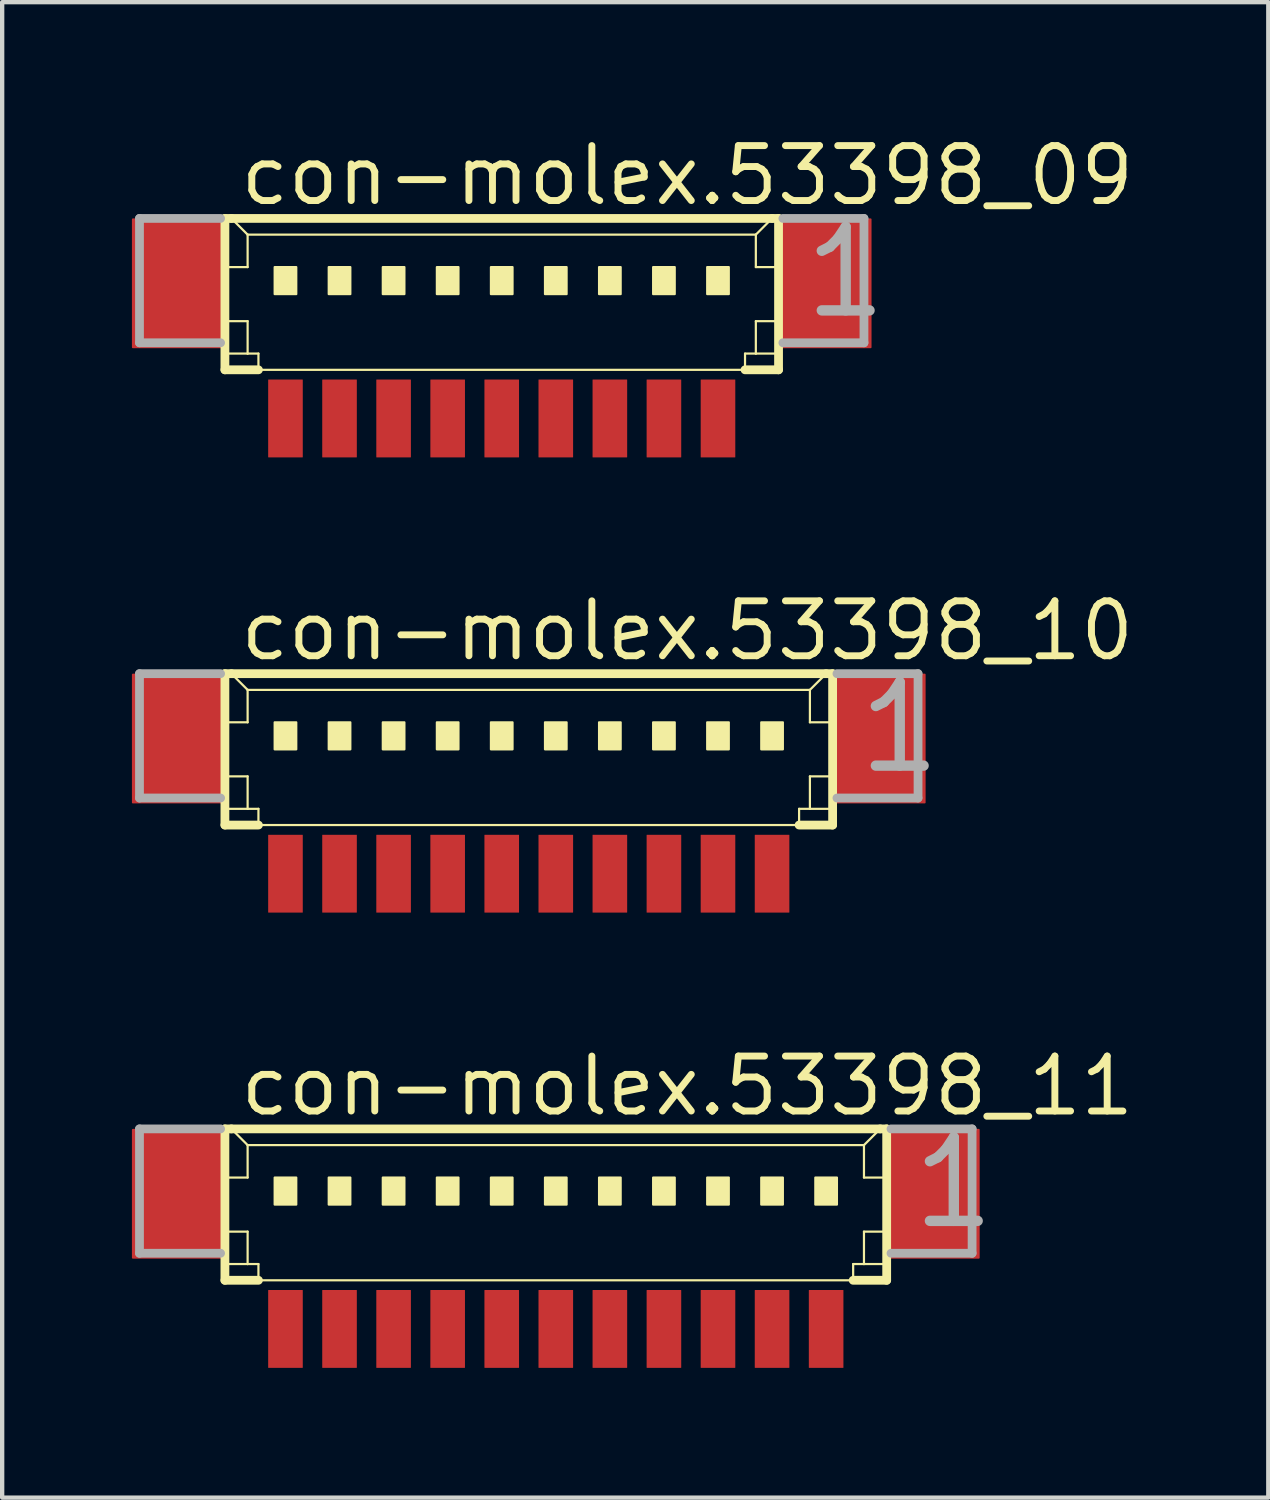
<source format=kicad_pcb>
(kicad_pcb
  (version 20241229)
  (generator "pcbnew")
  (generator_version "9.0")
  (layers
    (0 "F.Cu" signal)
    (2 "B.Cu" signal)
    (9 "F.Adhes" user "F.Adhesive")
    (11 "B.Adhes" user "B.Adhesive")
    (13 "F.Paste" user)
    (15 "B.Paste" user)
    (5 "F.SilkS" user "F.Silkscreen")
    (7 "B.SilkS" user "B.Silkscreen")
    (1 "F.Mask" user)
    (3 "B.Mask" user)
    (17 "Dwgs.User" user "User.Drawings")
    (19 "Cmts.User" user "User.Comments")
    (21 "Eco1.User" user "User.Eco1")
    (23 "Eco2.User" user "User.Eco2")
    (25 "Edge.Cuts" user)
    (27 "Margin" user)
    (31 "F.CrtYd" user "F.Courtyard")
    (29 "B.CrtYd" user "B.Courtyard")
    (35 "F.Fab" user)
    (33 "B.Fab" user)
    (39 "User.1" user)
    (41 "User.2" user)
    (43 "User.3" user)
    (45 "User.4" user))
  (footprint "con-molex.53398_09"
    (layer "F.Cu")
    (at 8.55 4.125)
    (property "Reference" "con-molex.53398_09" (at -6.125 -2.375 0) (layer "F.SilkS") (effects (font (size 1.27 1.27) (thickness 0.16)) (justify left bottom)))
    (attr smd)
    (fp_line (start -6.4 -2.125) (end -6.4 1.375) (stroke (width 0.203) (type default)) (layer "F.SilkS"))
    (fp_line (start -6.4 1.375) (end -5.625 1.375) (stroke (width 0.203) (type default)) (layer "F.SilkS"))
    (fp_line (start -6.375 -1) (end -5.875 -1) (stroke (width 0.051) (type default)) (layer "F.SilkS"))
    (fp_line (start -6.375 0.25) (end -5.875 0.25) (stroke (width 0.051) (type default)) (layer "F.SilkS"))
    (fp_line (start -6.375 1) (end -5.875 1) (stroke (width 0.051) (type default)) (layer "F.SilkS"))
    (fp_line (start -6.25 -2.125) (end -6.4 -2.125) (stroke (width 0.203) (type default)) (layer "F.SilkS"))
    (fp_line (start -5.875 -1.75) (end -6.25 -2.125) (stroke (width 0.051) (type default)) (layer "F.SilkS"))
    (fp_line (start -5.875 -1.75) (end 5.875 -1.75) (stroke (width 0.051) (type default)) (layer "F.SilkS"))
    (fp_line (start -5.875 -1) (end -5.875 -1.75) (stroke (width 0.051) (type default)) (layer "F.SilkS"))
    (fp_line (start -5.875 0.25) (end -5.875 1) (stroke (width 0.051) (type default)) (layer "F.SilkS"))
    (fp_line (start -5.875 1) (end -5.625 1) (stroke (width 0.051) (type default)) (layer "F.SilkS"))
    (fp_line (start -5.625 1) (end -5.625 1.375) (stroke (width 0.051) (type default)) (layer "F.SilkS"))
    (fp_line (start -5.625 1.375) (end 5.625 1.375) (stroke (width 0.051) (type default)) (layer "F.SilkS"))
    (fp_line (start 5.625 1) (end 5.625 1.375) (stroke (width 0.051) (type default)) (layer "F.SilkS"))
    (fp_line (start 5.625 1) (end 5.875 1) (stroke (width 0.051) (type default)) (layer "F.SilkS"))
    (fp_line (start 5.625 1.375) (end 6.4 1.375) (stroke (width 0.203) (type default)) (layer "F.SilkS"))
    (fp_line (start 5.875 -1.75) (end 5.875 -1) (stroke (width 0.051) (type default)) (layer "F.SilkS"))
    (fp_line (start 5.875 -1.75) (end 6.25 -2.125) (stroke (width 0.051) (type default)) (layer "F.SilkS"))
    (fp_line (start 5.875 -1) (end 6.375 -1) (stroke (width 0.051) (type default)) (layer "F.SilkS"))
    (fp_line (start 5.875 0.25) (end 5.875 1) (stroke (width 0.051) (type default)) (layer "F.SilkS"))
    (fp_line (start 5.875 0.25) (end 6.375 0.25) (stroke (width 0.051) (type default)) (layer "F.SilkS"))
    (fp_line (start 5.875 1) (end 6.375 1) (stroke (width 0.051) (type default)) (layer "F.SilkS"))
    (fp_line (start 6.25 -2.125) (end -6.25 -2.125) (stroke (width 0.203) (type default)) (layer "F.SilkS"))
    (fp_line (start 6.4 -2.125) (end 6.25 -2.125) (stroke (width 0.203) (type default)) (layer "F.SilkS"))
    (fp_line (start 6.4 1.375) (end 6.4 -2.125) (stroke (width 0.203) (type default)) (layer "F.SilkS"))
    (fp_rect (start -5.25 -0.375) (end -4.75 -1) (stroke (width 0.05) (type default)) (fill yes) (layer "F.SilkS"))
    (fp_rect (start -4 -0.375) (end -3.5 -1) (stroke (width 0.05) (type default)) (fill yes) (layer "F.SilkS"))
    (fp_rect (start -2.75 -0.375) (end -2.25 -1) (stroke (width 0.05) (type default)) (fill yes) (layer "F.SilkS"))
    (fp_rect (start -1.5 -0.375) (end -1 -1) (stroke (width 0.05) (type default)) (fill yes) (layer "F.SilkS"))
    (fp_rect (start -0.25 -0.375) (end 0.25 -1) (stroke (width 0.05) (type default)) (fill yes) (layer "F.SilkS"))
    (fp_rect (start 1 -0.375) (end 1.5 -1) (stroke (width 0.05) (type default)) (fill yes) (layer "F.SilkS"))
    (fp_rect (start 2.25 -0.375) (end 2.75 -1) (stroke (width 0.05) (type default)) (fill yes) (layer "F.SilkS"))
    (fp_rect (start 3.5 -0.375) (end 4 -1) (stroke (width 0.05) (type default)) (fill yes) (layer "F.SilkS"))
    (fp_rect (start 4.75 -0.375) (end 5.25 -1) (stroke (width 0.05) (type default)) (fill yes) (layer "F.SilkS"))
    (fp_line (start -8.375 -2.125) (end -8.375 0.75) (stroke (width 0.203) (type default)) (layer "F.Fab"))
    (fp_line (start -8.375 0.75) (end -6.5 0.75) (stroke (width 0.203) (type default)) (layer "F.Fab"))
    (fp_line (start -6.5 -2.125) (end -8.375 -2.125) (stroke (width 0.203) (type default)) (layer "F.Fab"))
    (fp_line (start 6.5 0.75) (end 8.375 0.75) (stroke (width 0.203) (type default)) (layer "F.Fab"))
    (fp_line (start 8.375 -2.125) (end 6.5 -2.125) (stroke (width 0.203) (type default)) (layer "F.Fab"))
    (fp_line (start 8.375 0.75) (end 8.375 -2.125) (stroke (width 0.203) (type default)) (layer "F.Fab"))
    (fp_text user "1" (at 6.875 0.25 0) (layer "F.Fab") (effects (font (size 1.93 1.93) (thickness 0.24)) (justify left bottom)))
    (pad "1" smd roundrect (at 5 2.5) (size 0.8 1.8) (layers "F.Cu" "F.Mask" "F.Paste") (roundrect_rratio 0.01))
    (pad "2" smd roundrect (at 3.75 2.5) (size 0.8 1.8) (layers "F.Cu" "F.Mask" "F.Paste") (roundrect_rratio 0.01))
    (pad "3" smd roundrect (at 2.5 2.5) (size 0.8 1.8) (layers "F.Cu" "F.Mask" "F.Paste") (roundrect_rratio 0.01))
    (pad "4" smd roundrect (at 1.25 2.5) (size 0.8 1.8) (layers "F.Cu" "F.Mask" "F.Paste") (roundrect_rratio 0.01))
    (pad "5" smd roundrect (at 0 2.5) (size 0.8 1.8) (layers "F.Cu" "F.Mask" "F.Paste") (roundrect_rratio 0.01))
    (pad "6" smd roundrect (at -1.25 2.5) (size 0.8 1.8) (layers "F.Cu" "F.Mask" "F.Paste") (roundrect_rratio 0.01))
    (pad "7" smd roundrect (at -2.5 2.5) (size 0.8 1.8) (layers "F.Cu" "F.Mask" "F.Paste") (roundrect_rratio 0.01))
    (pad "8" smd roundrect (at -3.75 2.5) (size 0.8 1.8) (layers "F.Cu" "F.Mask" "F.Paste") (roundrect_rratio 0.01))
    (pad "9" smd roundrect (at -5 2.5) (size 0.8 1.8) (layers "F.Cu" "F.Mask" "F.Paste") (roundrect_rratio 0.01))
    (pad "S1" smd roundrect (at 7.5 -0.625) (size 2.1 3) (layers "F.Cu" "F.Mask" "F.Paste") (roundrect_rratio 0.01))
    (pad "S2" smd roundrect (at -7.5 -0.625) (size 2.1 3) (layers "F.Cu" "F.Mask" "F.Paste") (roundrect_rratio 0.01)))
  (footprint "con-molex.53398_11"
    (layer "F.Cu")
    (at 9.8 25.175)
    (property "Reference" "con-molex.53398_11" (at -7.375 -2.375 0) (layer "F.SilkS") (effects (font (size 1.27 1.27) (thickness 0.16)) (justify left bottom)))
    (attr smd)
    (fp_line (start -7.65 -2.125) (end -7.65 1.375) (stroke (width 0.203) (type default)) (layer "F.SilkS"))
    (fp_line (start -7.65 1.375) (end -6.875 1.375) (stroke (width 0.203) (type default)) (layer "F.SilkS"))
    (fp_line (start -7.625 -1) (end -7.125 -1) (stroke (width 0.051) (type default)) (layer "F.SilkS"))
    (fp_line (start -7.625 0.25) (end -7.125 0.25) (stroke (width 0.051) (type default)) (layer "F.SilkS"))
    (fp_line (start -7.625 1) (end -7.125 1) (stroke (width 0.051) (type default)) (layer "F.SilkS"))
    (fp_line (start -7.5 -2.125) (end -7.65 -2.125) (stroke (width 0.203) (type default)) (layer "F.SilkS"))
    (fp_line (start -7.125 -1.75) (end -7.5 -2.125) (stroke (width 0.051) (type default)) (layer "F.SilkS"))
    (fp_line (start -7.125 -1.75) (end 7.125 -1.75) (stroke (width 0.051) (type default)) (layer "F.SilkS"))
    (fp_line (start -7.125 -1) (end -7.125 -1.75) (stroke (width 0.051) (type default)) (layer "F.SilkS"))
    (fp_line (start -7.125 0.25) (end -7.125 1) (stroke (width 0.051) (type default)) (layer "F.SilkS"))
    (fp_line (start -7.125 1) (end -6.875 1) (stroke (width 0.051) (type default)) (layer "F.SilkS"))
    (fp_line (start -6.875 1) (end -6.875 1.375) (stroke (width 0.051) (type default)) (layer "F.SilkS"))
    (fp_line (start -6.875 1.375) (end 6.875 1.375) (stroke (width 0.051) (type default)) (layer "F.SilkS"))
    (fp_line (start 6.875 1) (end 6.875 1.375) (stroke (width 0.051) (type default)) (layer "F.SilkS"))
    (fp_line (start 6.875 1) (end 7.125 1) (stroke (width 0.051) (type default)) (layer "F.SilkS"))
    (fp_line (start 6.875 1.375) (end 7.65 1.375) (stroke (width 0.203) (type default)) (layer "F.SilkS"))
    (fp_line (start 7.125 -1.75) (end 7.125 -1) (stroke (width 0.051) (type default)) (layer "F.SilkS"))
    (fp_line (start 7.125 -1.75) (end 7.5 -2.125) (stroke (width 0.051) (type default)) (layer "F.SilkS"))
    (fp_line (start 7.125 -1) (end 7.625 -1) (stroke (width 0.051) (type default)) (layer "F.SilkS"))
    (fp_line (start 7.125 0.25) (end 7.125 1) (stroke (width 0.051) (type default)) (layer "F.SilkS"))
    (fp_line (start 7.125 0.25) (end 7.625 0.25) (stroke (width 0.051) (type default)) (layer "F.SilkS"))
    (fp_line (start 7.125 1) (end 7.625 1) (stroke (width 0.051) (type default)) (layer "F.SilkS"))
    (fp_line (start 7.5 -2.125) (end -7.5 -2.125) (stroke (width 0.203) (type default)) (layer "F.SilkS"))
    (fp_line (start 7.65 -2.125) (end 7.5 -2.125) (stroke (width 0.203) (type default)) (layer "F.SilkS"))
    (fp_line (start 7.65 1.375) (end 7.65 -2.125) (stroke (width 0.203) (type default)) (layer "F.SilkS"))
    (fp_rect (start -6.5 -0.375) (end -6 -1) (stroke (width 0.05) (type default)) (fill yes) (layer "F.SilkS"))
    (fp_rect (start -5.25 -0.375) (end -4.75 -1) (stroke (width 0.05) (type default)) (fill yes) (layer "F.SilkS"))
    (fp_rect (start -4 -0.375) (end -3.5 -1) (stroke (width 0.05) (type default)) (fill yes) (layer "F.SilkS"))
    (fp_rect (start -2.75 -0.375) (end -2.25 -1) (stroke (width 0.05) (type default)) (fill yes) (layer "F.SilkS"))
    (fp_rect (start -1.5 -0.375) (end -1 -1) (stroke (width 0.05) (type default)) (fill yes) (layer "F.SilkS"))
    (fp_rect (start -0.25 -0.375) (end 0.25 -1) (stroke (width 0.05) (type default)) (fill yes) (layer "F.SilkS"))
    (fp_rect (start 1 -0.375) (end 1.5 -1) (stroke (width 0.05) (type default)) (fill yes) (layer "F.SilkS"))
    (fp_rect (start 2.25 -0.375) (end 2.75 -1) (stroke (width 0.05) (type default)) (fill yes) (layer "F.SilkS"))
    (fp_rect (start 3.5 -0.375) (end 4 -1) (stroke (width 0.05) (type default)) (fill yes) (layer "F.SilkS"))
    (fp_rect (start 4.75 -0.375) (end 5.25 -1) (stroke (width 0.05) (type default)) (fill yes) (layer "F.SilkS"))
    (fp_rect (start 6 -0.375) (end 6.5 -1) (stroke (width 0.05) (type default)) (fill yes) (layer "F.SilkS"))
    (fp_line (start -9.625 -2.125) (end -9.625 0.75) (stroke (width 0.203) (type default)) (layer "F.Fab"))
    (fp_line (start -9.625 0.75) (end -7.75 0.75) (stroke (width 0.203) (type default)) (layer "F.Fab"))
    (fp_line (start -7.75 -2.125) (end -9.625 -2.125) (stroke (width 0.203) (type default)) (layer "F.Fab"))
    (fp_line (start 7.75 0.75) (end 9.625 0.75) (stroke (width 0.203) (type default)) (layer "F.Fab"))
    (fp_line (start 9.625 -2.125) (end 7.75 -2.125) (stroke (width 0.203) (type default)) (layer "F.Fab"))
    (fp_line (start 9.625 0.75) (end 9.625 -2.125) (stroke (width 0.203) (type default)) (layer "F.Fab"))
    (fp_text user "1" (at 8.125 0.25 0) (layer "F.Fab") (effects (font (size 1.93 1.93) (thickness 0.24)) (justify left bottom)))
    (pad "1" smd roundrect (at 6.25 2.5) (size 0.8 1.8) (layers "F.Cu" "F.Mask" "F.Paste") (roundrect_rratio 0.01))
    (pad "2" smd roundrect (at 5 2.5) (size 0.8 1.8) (layers "F.Cu" "F.Mask" "F.Paste") (roundrect_rratio 0.01))
    (pad "3" smd roundrect (at 3.75 2.5) (size 0.8 1.8) (layers "F.Cu" "F.Mask" "F.Paste") (roundrect_rratio 0.01))
    (pad "4" smd roundrect (at 2.5 2.5) (size 0.8 1.8) (layers "F.Cu" "F.Mask" "F.Paste") (roundrect_rratio 0.01))
    (pad "5" smd roundrect (at 1.25 2.5) (size 0.8 1.8) (layers "F.Cu" "F.Mask" "F.Paste") (roundrect_rratio 0.01))
    (pad "6" smd roundrect (at 0 2.5) (size 0.8 1.8) (layers "F.Cu" "F.Mask" "F.Paste") (roundrect_rratio 0.01))
    (pad "7" smd roundrect (at -1.25 2.5) (size 0.8 1.8) (layers "F.Cu" "F.Mask" "F.Paste") (roundrect_rratio 0.01))
    (pad "8" smd roundrect (at -2.5 2.5) (size 0.8 1.8) (layers "F.Cu" "F.Mask" "F.Paste") (roundrect_rratio 0.01))
    (pad "9" smd roundrect (at -3.75 2.5) (size 0.8 1.8) (layers "F.Cu" "F.Mask" "F.Paste") (roundrect_rratio 0.01))
    (pad "10" smd roundrect (at -5 2.5) (size 0.8 1.8) (layers "F.Cu" "F.Mask" "F.Paste") (roundrect_rratio 0.01))
    (pad "11" smd roundrect (at -6.25 2.5) (size 0.8 1.8) (layers "F.Cu" "F.Mask" "F.Paste") (roundrect_rratio 0.01))
    (pad "S1" smd roundrect (at 8.75 -0.625) (size 2.1 3) (layers "F.Cu" "F.Mask" "F.Paste") (roundrect_rratio 0.01))
    (pad "S2" smd roundrect (at -8.75 -0.625) (size 2.1 3) (layers "F.Cu" "F.Mask" "F.Paste") (roundrect_rratio 0.01)))
  (footprint "con-molex.53398_10"
    (layer "F.Cu")
    (at 9.175 14.65)
    (property "Reference" "con-molex.53398_10" (at -6.75 -2.375 0) (layer "F.SilkS") (effects (font (size 1.27 1.27) (thickness 0.16)) (justify left bottom)))
    (attr smd)
    (fp_line (start -7.025 -2.125) (end -7.025 1.375) (stroke (width 0.203) (type default)) (layer "F.SilkS"))
    (fp_line (start -7.025 1.375) (end -6.25 1.375) (stroke (width 0.203) (type default)) (layer "F.SilkS"))
    (fp_line (start -7 -1) (end -6.5 -1) (stroke (width 0.051) (type default)) (layer "F.SilkS"))
    (fp_line (start -7 0.25) (end -6.5 0.25) (stroke (width 0.051) (type default)) (layer "F.SilkS"))
    (fp_line (start -7 1) (end -6.5 1) (stroke (width 0.051) (type default)) (layer "F.SilkS"))
    (fp_line (start -6.875 -2.125) (end -7.025 -2.125) (stroke (width 0.203) (type default)) (layer "F.SilkS"))
    (fp_line (start -6.5 -1.75) (end -6.875 -2.125) (stroke (width 0.051) (type default)) (layer "F.SilkS"))
    (fp_line (start -6.5 -1.75) (end 6.5 -1.75) (stroke (width 0.051) (type default)) (layer "F.SilkS"))
    (fp_line (start -6.5 -1) (end -6.5 -1.75) (stroke (width 0.051) (type default)) (layer "F.SilkS"))
    (fp_line (start -6.5 0.25) (end -6.5 1) (stroke (width 0.051) (type default)) (layer "F.SilkS"))
    (fp_line (start -6.5 1) (end -6.25 1) (stroke (width 0.051) (type default)) (layer "F.SilkS"))
    (fp_line (start -6.25 1) (end -6.25 1.375) (stroke (width 0.051) (type default)) (layer "F.SilkS"))
    (fp_line (start -6.25 1.375) (end 6.25 1.375) (stroke (width 0.051) (type default)) (layer "F.SilkS"))
    (fp_line (start 6.25 1) (end 6.25 1.375) (stroke (width 0.051) (type default)) (layer "F.SilkS"))
    (fp_line (start 6.25 1) (end 6.5 1) (stroke (width 0.051) (type default)) (layer "F.SilkS"))
    (fp_line (start 6.25 1.375) (end 7.025 1.375) (stroke (width 0.203) (type default)) (layer "F.SilkS"))
    (fp_line (start 6.5 -1.75) (end 6.5 -1) (stroke (width 0.051) (type default)) (layer "F.SilkS"))
    (fp_line (start 6.5 -1.75) (end 6.875 -2.125) (stroke (width 0.051) (type default)) (layer "F.SilkS"))
    (fp_line (start 6.5 -1) (end 7 -1) (stroke (width 0.051) (type default)) (layer "F.SilkS"))
    (fp_line (start 6.5 0.25) (end 6.5 1) (stroke (width 0.051) (type default)) (layer "F.SilkS"))
    (fp_line (start 6.5 0.25) (end 7 0.25) (stroke (width 0.051) (type default)) (layer "F.SilkS"))
    (fp_line (start 6.5 1) (end 7 1) (stroke (width 0.051) (type default)) (layer "F.SilkS"))
    (fp_line (start 6.875 -2.125) (end -6.875 -2.125) (stroke (width 0.203) (type default)) (layer "F.SilkS"))
    (fp_line (start 7.025 -2.125) (end 6.875 -2.125) (stroke (width 0.203) (type default)) (layer "F.SilkS"))
    (fp_line (start 7.025 1.375) (end 7.025 -2.125) (stroke (width 0.203) (type default)) (layer "F.SilkS"))
    (fp_rect (start -5.875 -0.375) (end -5.375 -1) (stroke (width 0.05) (type default)) (fill yes) (layer "F.SilkS"))
    (fp_rect (start -4.625 -0.375) (end -4.125 -1) (stroke (width 0.05) (type default)) (fill yes) (layer "F.SilkS"))
    (fp_rect (start -3.375 -0.375) (end -2.875 -1) (stroke (width 0.05) (type default)) (fill yes) (layer "F.SilkS"))
    (fp_rect (start -2.125 -0.375) (end -1.625 -1) (stroke (width 0.05) (type default)) (fill yes) (layer "F.SilkS"))
    (fp_rect (start -0.875 -0.375) (end -0.375 -1) (stroke (width 0.05) (type default)) (fill yes) (layer "F.SilkS"))
    (fp_rect (start 0.375 -0.375) (end 0.875 -1) (stroke (width 0.05) (type default)) (fill yes) (layer "F.SilkS"))
    (fp_rect (start 1.625 -0.375) (end 2.125 -1) (stroke (width 0.05) (type default)) (fill yes) (layer "F.SilkS"))
    (fp_rect (start 2.875 -0.375) (end 3.375 -1) (stroke (width 0.05) (type default)) (fill yes) (layer "F.SilkS"))
    (fp_rect (start 4.125 -0.375) (end 4.625 -1) (stroke (width 0.05) (type default)) (fill yes) (layer "F.SilkS"))
    (fp_rect (start 5.375 -0.375) (end 5.875 -1) (stroke (width 0.05) (type default)) (fill yes) (layer "F.SilkS"))
    (fp_line (start -9 -2.125) (end -9 0.75) (stroke (width 0.203) (type default)) (layer "F.Fab"))
    (fp_line (start -9 0.75) (end -7.125 0.75) (stroke (width 0.203) (type default)) (layer "F.Fab"))
    (fp_line (start -7.125 -2.125) (end -9 -2.125) (stroke (width 0.203) (type default)) (layer "F.Fab"))
    (fp_line (start 7.125 0.75) (end 9 0.75) (stroke (width 0.203) (type default)) (layer "F.Fab"))
    (fp_line (start 9 -2.125) (end 7.125 -2.125) (stroke (width 0.203) (type default)) (layer "F.Fab"))
    (fp_line (start 9 0.75) (end 9 -2.125) (stroke (width 0.203) (type default)) (layer "F.Fab"))
    (fp_text user "1" (at 7.5 0.25 0) (layer "F.Fab") (effects (font (size 1.93 1.93) (thickness 0.24)) (justify left bottom)))
    (pad "1" smd roundrect (at 5.625 2.5) (size 0.8 1.8) (layers "F.Cu" "F.Mask" "F.Paste") (roundrect_rratio 0.01))
    (pad "2" smd roundrect (at 4.375 2.5) (size 0.8 1.8) (layers "F.Cu" "F.Mask" "F.Paste") (roundrect_rratio 0.01))
    (pad "3" smd roundrect (at 3.125 2.5) (size 0.8 1.8) (layers "F.Cu" "F.Mask" "F.Paste") (roundrect_rratio 0.01))
    (pad "4" smd roundrect (at 1.875 2.5) (size 0.8 1.8) (layers "F.Cu" "F.Mask" "F.Paste") (roundrect_rratio 0.01))
    (pad "5" smd roundrect (at 0.625 2.5) (size 0.8 1.8) (layers "F.Cu" "F.Mask" "F.Paste") (roundrect_rratio 0.01))
    (pad "6" smd roundrect (at -0.625 2.5) (size 0.8 1.8) (layers "F.Cu" "F.Mask" "F.Paste") (roundrect_rratio 0.01))
    (pad "7" smd roundrect (at -1.875 2.5) (size 0.8 1.8) (layers "F.Cu" "F.Mask" "F.Paste") (roundrect_rratio 0.01))
    (pad "8" smd roundrect (at -3.125 2.5) (size 0.8 1.8) (layers "F.Cu" "F.Mask" "F.Paste") (roundrect_rratio 0.01))
    (pad "9" smd roundrect (at -4.375 2.5) (size 0.8 1.8) (layers "F.Cu" "F.Mask" "F.Paste") (roundrect_rratio 0.01))
    (pad "10" smd roundrect (at -5.625 2.5) (size 0.8 1.8) (layers "F.Cu" "F.Mask" "F.Paste") (roundrect_rratio 0.01))
    (pad "S1" smd roundrect (at 8.125 -0.625) (size 2.1 3) (layers "F.Cu" "F.Mask" "F.Paste") (roundrect_rratio 0.01))
    (pad "S2" smd roundrect (at -8.125 -0.625) (size 2.1 3) (layers "F.Cu" "F.Mask" "F.Paste") (roundrect_rratio 0.01)))
  (gr_rect
    (start -3 -3)
    (end 26.273 31.575)
    (stroke (width 0.1) (type default))
    (fill no)
    (layer "Edge.Cuts")))
</source>
